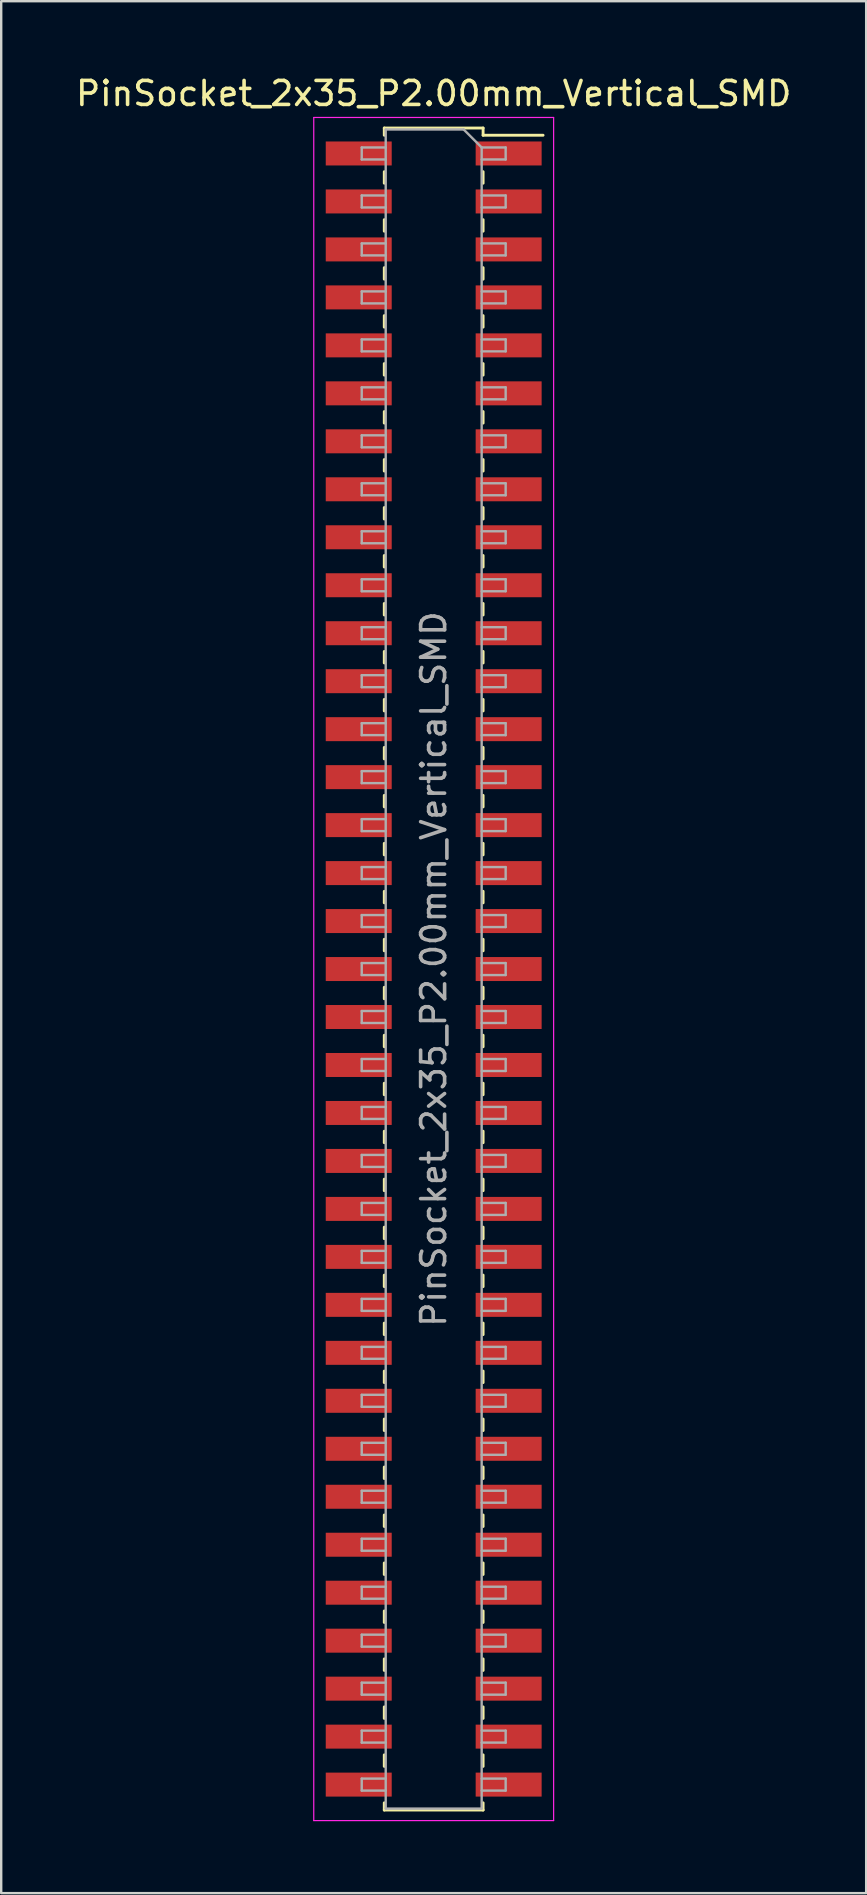
<source format=kicad_pcb>
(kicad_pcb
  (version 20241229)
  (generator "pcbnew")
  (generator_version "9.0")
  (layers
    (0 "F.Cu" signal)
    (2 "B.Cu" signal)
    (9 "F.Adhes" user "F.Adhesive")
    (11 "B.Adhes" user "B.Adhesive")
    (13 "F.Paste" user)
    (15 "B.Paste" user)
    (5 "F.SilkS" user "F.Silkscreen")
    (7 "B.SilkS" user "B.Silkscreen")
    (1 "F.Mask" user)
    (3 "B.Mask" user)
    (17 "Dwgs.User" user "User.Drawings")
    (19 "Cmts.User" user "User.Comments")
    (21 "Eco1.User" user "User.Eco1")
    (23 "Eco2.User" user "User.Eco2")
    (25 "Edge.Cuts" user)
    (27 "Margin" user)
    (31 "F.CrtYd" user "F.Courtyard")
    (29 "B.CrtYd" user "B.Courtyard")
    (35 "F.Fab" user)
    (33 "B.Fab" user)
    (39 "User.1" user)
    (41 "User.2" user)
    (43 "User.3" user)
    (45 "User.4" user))
  (footprint "PinSocket_2x35_P2.00mm_Vertical_SMD"
    (layer "F.Cu")
    (at 15.03 37.348)
    (property "Reference" "PinSocket_2x35_P2.00mm_Vertical_SMD" (at 0 -36.5 0) (layer "F.SilkS") (effects (font (size 1 1) (thickness 0.15))))
    (attr smd)
    (fp_line (start -2.06 -35.06) (end 2.06 -35.06) (stroke (width 0.12) (type solid)) (layer "F.SilkS"))
    (fp_line (start -2.06 -34.76) (end -2.06 -35.06) (stroke (width 0.12) (type solid)) (layer "F.SilkS"))
    (fp_line (start -2.06 -33.24) (end -2.06 -32.76) (stroke (width 0.12) (type solid)) (layer "F.SilkS"))
    (fp_line (start -2.06 -31.24) (end -2.06 -30.76) (stroke (width 0.12) (type solid)) (layer "F.SilkS"))
    (fp_line (start -2.06 -29.24) (end -2.06 -28.76) (stroke (width 0.12) (type solid)) (layer "F.SilkS"))
    (fp_line (start -2.06 -27.24) (end -2.06 -26.76) (stroke (width 0.12) (type solid)) (layer "F.SilkS"))
    (fp_line (start -2.06 -25.24) (end -2.06 -24.76) (stroke (width 0.12) (type solid)) (layer "F.SilkS"))
    (fp_line (start -2.06 -23.24) (end -2.06 -22.76) (stroke (width 0.12) (type solid)) (layer "F.SilkS"))
    (fp_line (start -2.06 -21.24) (end -2.06 -20.76) (stroke (width 0.12) (type solid)) (layer "F.SilkS"))
    (fp_line (start -2.06 -19.24) (end -2.06 -18.76) (stroke (width 0.12) (type solid)) (layer "F.SilkS"))
    (fp_line (start -2.06 -17.24) (end -2.06 -16.76) (stroke (width 0.12) (type solid)) (layer "F.SilkS"))
    (fp_line (start -2.06 -15.24) (end -2.06 -14.76) (stroke (width 0.12) (type solid)) (layer "F.SilkS"))
    (fp_line (start -2.06 -13.24) (end -2.06 -12.76) (stroke (width 0.12) (type solid)) (layer "F.SilkS"))
    (fp_line (start -2.06 -11.24) (end -2.06 -10.76) (stroke (width 0.12) (type solid)) (layer "F.SilkS"))
    (fp_line (start -2.06 -9.24) (end -2.06 -8.76) (stroke (width 0.12) (type solid)) (layer "F.SilkS"))
    (fp_line (start -2.06 -7.24) (end -2.06 -6.76) (stroke (width 0.12) (type solid)) (layer "F.SilkS"))
    (fp_line (start -2.06 -5.24) (end -2.06 -4.76) (stroke (width 0.12) (type solid)) (layer "F.SilkS"))
    (fp_line (start -2.06 -3.24) (end -2.06 -2.76) (stroke (width 0.12) (type solid)) (layer "F.SilkS"))
    (fp_line (start -2.06 -1.24) (end -2.06 -0.76) (stroke (width 0.12) (type solid)) (layer "F.SilkS"))
    (fp_line (start -2.06 0.76) (end -2.06 1.24) (stroke (width 0.12) (type solid)) (layer "F.SilkS"))
    (fp_line (start -2.06 2.76) (end -2.06 3.24) (stroke (width 0.12) (type solid)) (layer "F.SilkS"))
    (fp_line (start -2.06 4.76) (end -2.06 5.24) (stroke (width 0.12) (type solid)) (layer "F.SilkS"))
    (fp_line (start -2.06 6.76) (end -2.06 7.24) (stroke (width 0.12) (type solid)) (layer "F.SilkS"))
    (fp_line (start -2.06 8.76) (end -2.06 9.24) (stroke (width 0.12) (type solid)) (layer "F.SilkS"))
    (fp_line (start -2.06 10.76) (end -2.06 11.24) (stroke (width 0.12) (type solid)) (layer "F.SilkS"))
    (fp_line (start -2.06 12.76) (end -2.06 13.24) (stroke (width 0.12) (type solid)) (layer "F.SilkS"))
    (fp_line (start -2.06 14.76) (end -2.06 15.24) (stroke (width 0.12) (type solid)) (layer "F.SilkS"))
    (fp_line (start -2.06 16.76) (end -2.06 17.24) (stroke (width 0.12) (type solid)) (layer "F.SilkS"))
    (fp_line (start -2.06 18.76) (end -2.06 19.24) (stroke (width 0.12) (type solid)) (layer "F.SilkS"))
    (fp_line (start -2.06 20.76) (end -2.06 21.24) (stroke (width 0.12) (type solid)) (layer "F.SilkS"))
    (fp_line (start -2.06 22.76) (end -2.06 23.24) (stroke (width 0.12) (type solid)) (layer "F.SilkS"))
    (fp_line (start -2.06 24.76) (end -2.06 25.24) (stroke (width 0.12) (type solid)) (layer "F.SilkS"))
    (fp_line (start -2.06 26.76) (end -2.06 27.24) (stroke (width 0.12) (type solid)) (layer "F.SilkS"))
    (fp_line (start -2.06 28.76) (end -2.06 29.24) (stroke (width 0.12) (type solid)) (layer "F.SilkS"))
    (fp_line (start -2.06 30.76) (end -2.06 31.24) (stroke (width 0.12) (type solid)) (layer "F.SilkS"))
    (fp_line (start -2.06 32.76) (end -2.06 33.24) (stroke (width 0.12) (type solid)) (layer "F.SilkS"))
    (fp_line (start -2.06 35.06) (end -2.06 34.76) (stroke (width 0.12) (type solid)) (layer "F.SilkS"))
    (fp_line (start 2.06 -35.06) (end 2.06 -34.76) (stroke (width 0.12) (type solid)) (layer "F.SilkS"))
    (fp_line (start 2.06 -34.76) (end 4.56 -34.76) (stroke (width 0.12) (type solid)) (layer "F.SilkS"))
    (fp_line (start 2.06 -32.76) (end 2.06 -33.24) (stroke (width 0.12) (type solid)) (layer "F.SilkS"))
    (fp_line (start 2.06 -30.76) (end 2.06 -31.24) (stroke (width 0.12) (type solid)) (layer "F.SilkS"))
    (fp_line (start 2.06 -28.76) (end 2.06 -29.24) (stroke (width 0.12) (type solid)) (layer "F.SilkS"))
    (fp_line (start 2.06 -26.76) (end 2.06 -27.24) (stroke (width 0.12) (type solid)) (layer "F.SilkS"))
    (fp_line (start 2.06 -24.76) (end 2.06 -25.24) (stroke (width 0.12) (type solid)) (layer "F.SilkS"))
    (fp_line (start 2.06 -22.76) (end 2.06 -23.24) (stroke (width 0.12) (type solid)) (layer "F.SilkS"))
    (fp_line (start 2.06 -20.76) (end 2.06 -21.24) (stroke (width 0.12) (type solid)) (layer "F.SilkS"))
    (fp_line (start 2.06 -18.76) (end 2.06 -19.24) (stroke (width 0.12) (type solid)) (layer "F.SilkS"))
    (fp_line (start 2.06 -16.76) (end 2.06 -17.24) (stroke (width 0.12) (type solid)) (layer "F.SilkS"))
    (fp_line (start 2.06 -14.76) (end 2.06 -15.24) (stroke (width 0.12) (type solid)) (layer "F.SilkS"))
    (fp_line (start 2.06 -12.76) (end 2.06 -13.24) (stroke (width 0.12) (type solid)) (layer "F.SilkS"))
    (fp_line (start 2.06 -10.76) (end 2.06 -11.24) (stroke (width 0.12) (type solid)) (layer "F.SilkS"))
    (fp_line (start 2.06 -8.76) (end 2.06 -9.24) (stroke (width 0.12) (type solid)) (layer "F.SilkS"))
    (fp_line (start 2.06 -6.76) (end 2.06 -7.24) (stroke (width 0.12) (type solid)) (layer "F.SilkS"))
    (fp_line (start 2.06 -4.76) (end 2.06 -5.24) (stroke (width 0.12) (type solid)) (layer "F.SilkS"))
    (fp_line (start 2.06 -2.76) (end 2.06 -3.24) (stroke (width 0.12) (type solid)) (layer "F.SilkS"))
    (fp_line (start 2.06 -0.76) (end 2.06 -1.24) (stroke (width 0.12) (type solid)) (layer "F.SilkS"))
    (fp_line (start 2.06 1.24) (end 2.06 0.76) (stroke (width 0.12) (type solid)) (layer "F.SilkS"))
    (fp_line (start 2.06 3.24) (end 2.06 2.76) (stroke (width 0.12) (type solid)) (layer "F.SilkS"))
    (fp_line (start 2.06 5.24) (end 2.06 4.76) (stroke (width 0.12) (type solid)) (layer "F.SilkS"))
    (fp_line (start 2.06 7.24) (end 2.06 6.76) (stroke (width 0.12) (type solid)) (layer "F.SilkS"))
    (fp_line (start 2.06 9.24) (end 2.06 8.76) (stroke (width 0.12) (type solid)) (layer "F.SilkS"))
    (fp_line (start 2.06 11.24) (end 2.06 10.76) (stroke (width 0.12) (type solid)) (layer "F.SilkS"))
    (fp_line (start 2.06 13.24) (end 2.06 12.76) (stroke (width 0.12) (type solid)) (layer "F.SilkS"))
    (fp_line (start 2.06 15.24) (end 2.06 14.76) (stroke (width 0.12) (type solid)) (layer "F.SilkS"))
    (fp_line (start 2.06 17.24) (end 2.06 16.76) (stroke (width 0.12) (type solid)) (layer "F.SilkS"))
    (fp_line (start 2.06 19.24) (end 2.06 18.76) (stroke (width 0.12) (type solid)) (layer "F.SilkS"))
    (fp_line (start 2.06 21.24) (end 2.06 20.76) (stroke (width 0.12) (type solid)) (layer "F.SilkS"))
    (fp_line (start 2.06 23.24) (end 2.06 22.76) (stroke (width 0.12) (type solid)) (layer "F.SilkS"))
    (fp_line (start 2.06 25.24) (end 2.06 24.76) (stroke (width 0.12) (type solid)) (layer "F.SilkS"))
    (fp_line (start 2.06 27.24) (end 2.06 26.76) (stroke (width 0.12) (type solid)) (layer "F.SilkS"))
    (fp_line (start 2.06 29.24) (end 2.06 28.76) (stroke (width 0.12) (type solid)) (layer "F.SilkS"))
    (fp_line (start 2.06 31.24) (end 2.06 30.76) (stroke (width 0.12) (type solid)) (layer "F.SilkS"))
    (fp_line (start 2.06 33.24) (end 2.06 32.76) (stroke (width 0.12) (type solid)) (layer "F.SilkS"))
    (fp_line (start 2.06 34.76) (end 2.06 35.06) (stroke (width 0.12) (type solid)) (layer "F.SilkS"))
    (fp_line (start 2.06 35.06) (end -2.06 35.06) (stroke (width 0.12) (type solid)) (layer "F.SilkS"))
    (fp_line (start -5 -35.5) (end 5 -35.5) (stroke (width 0.05) (type solid)) (layer "F.CrtYd"))
    (fp_line (start -5 35.5) (end -5 -35.5) (stroke (width 0.05) (type solid)) (layer "F.CrtYd"))
    (fp_line (start 5 -35.5) (end 5 35.5) (stroke (width 0.05) (type solid)) (layer "F.CrtYd"))
    (fp_line (start 5 35.5) (end -5 35.5) (stroke (width 0.05) (type solid)) (layer "F.CrtYd"))
    (fp_line (start -3 -34.25) (end -2 -34.25) (stroke (width 0.1) (type solid)) (layer "F.Fab"))
    (fp_line (start -3 -33.75) (end -3 -34.25) (stroke (width 0.1) (type solid)) (layer "F.Fab"))
    (fp_line (start -3 -32.25) (end -2 -32.25) (stroke (width 0.1) (type solid)) (layer "F.Fab"))
    (fp_line (start -3 -31.75) (end -3 -32.25) (stroke (width 0.1) (type solid)) (layer "F.Fab"))
    (fp_line (start -3 -30.25) (end -2 -30.25) (stroke (width 0.1) (type solid)) (layer "F.Fab"))
    (fp_line (start -3 -29.75) (end -3 -30.25) (stroke (width 0.1) (type solid)) (layer "F.Fab"))
    (fp_line (start -3 -28.25) (end -2 -28.25) (stroke (width 0.1) (type solid)) (layer "F.Fab"))
    (fp_line (start -3 -27.75) (end -3 -28.25) (stroke (width 0.1) (type solid)) (layer "F.Fab"))
    (fp_line (start -3 -26.25) (end -2 -26.25) (stroke (width 0.1) (type solid)) (layer "F.Fab"))
    (fp_line (start -3 -25.75) (end -3 -26.25) (stroke (width 0.1) (type solid)) (layer "F.Fab"))
    (fp_line (start -3 -24.25) (end -2 -24.25) (stroke (width 0.1) (type solid)) (layer "F.Fab"))
    (fp_line (start -3 -23.75) (end -3 -24.25) (stroke (width 0.1) (type solid)) (layer "F.Fab"))
    (fp_line (start -3 -22.25) (end -2 -22.25) (stroke (width 0.1) (type solid)) (layer "F.Fab"))
    (fp_line (start -3 -21.75) (end -3 -22.25) (stroke (width 0.1) (type solid)) (layer "F.Fab"))
    (fp_line (start -3 -20.25) (end -2 -20.25) (stroke (width 0.1) (type solid)) (layer "F.Fab"))
    (fp_line (start -3 -19.75) (end -3 -20.25) (stroke (width 0.1) (type solid)) (layer "F.Fab"))
    (fp_line (start -3 -18.25) (end -2 -18.25) (stroke (width 0.1) (type solid)) (layer "F.Fab"))
    (fp_line (start -3 -17.75) (end -3 -18.25) (stroke (width 0.1) (type solid)) (layer "F.Fab"))
    (fp_line (start -3 -16.25) (end -2 -16.25) (stroke (width 0.1) (type solid)) (layer "F.Fab"))
    (fp_line (start -3 -15.75) (end -3 -16.25) (stroke (width 0.1) (type solid)) (layer "F.Fab"))
    (fp_line (start -3 -14.25) (end -2 -14.25) (stroke (width 0.1) (type solid)) (layer "F.Fab"))
    (fp_line (start -3 -13.75) (end -3 -14.25) (stroke (width 0.1) (type solid)) (layer "F.Fab"))
    (fp_line (start -3 -12.25) (end -2 -12.25) (stroke (width 0.1) (type solid)) (layer "F.Fab"))
    (fp_line (start -3 -11.75) (end -3 -12.25) (stroke (width 0.1) (type solid)) (layer "F.Fab"))
    (fp_line (start -3 -10.25) (end -2 -10.25) (stroke (width 0.1) (type solid)) (layer "F.Fab"))
    (fp_line (start -3 -9.75) (end -3 -10.25) (stroke (width 0.1) (type solid)) (layer "F.Fab"))
    (fp_line (start -3 -8.25) (end -2 -8.25) (stroke (width 0.1) (type solid)) (layer "F.Fab"))
    (fp_line (start -3 -7.75) (end -3 -8.25) (stroke (width 0.1) (type solid)) (layer "F.Fab"))
    (fp_line (start -3 -6.25) (end -2 -6.25) (stroke (width 0.1) (type solid)) (layer "F.Fab"))
    (fp_line (start -3 -5.75) (end -3 -6.25) (stroke (width 0.1) (type solid)) (layer "F.Fab"))
    (fp_line (start -3 -4.25) (end -2 -4.25) (stroke (width 0.1) (type solid)) (layer "F.Fab"))
    (fp_line (start -3 -3.75) (end -3 -4.25) (stroke (width 0.1) (type solid)) (layer "F.Fab"))
    (fp_line (start -3 -2.25) (end -2 -2.25) (stroke (width 0.1) (type solid)) (layer "F.Fab"))
    (fp_line (start -3 -1.75) (end -3 -2.25) (stroke (width 0.1) (type solid)) (layer "F.Fab"))
    (fp_line (start -3 -0.25) (end -2 -0.25) (stroke (width 0.1) (type solid)) (layer "F.Fab"))
    (fp_line (start -3 0.25) (end -3 -0.25) (stroke (width 0.1) (type solid)) (layer "F.Fab"))
    (fp_line (start -3 1.75) (end -2 1.75) (stroke (width 0.1) (type solid)) (layer "F.Fab"))
    (fp_line (start -3 2.25) (end -3 1.75) (stroke (width 0.1) (type solid)) (layer "F.Fab"))
    (fp_line (start -3 3.75) (end -2 3.75) (stroke (width 0.1) (type solid)) (layer "F.Fab"))
    (fp_line (start -3 4.25) (end -3 3.75) (stroke (width 0.1) (type solid)) (layer "F.Fab"))
    (fp_line (start -3 5.75) (end -2 5.75) (stroke (width 0.1) (type solid)) (layer "F.Fab"))
    (fp_line (start -3 6.25) (end -3 5.75) (stroke (width 0.1) (type solid)) (layer "F.Fab"))
    (fp_line (start -3 7.75) (end -2 7.75) (stroke (width 0.1) (type solid)) (layer "F.Fab"))
    (fp_line (start -3 8.25) (end -3 7.75) (stroke (width 0.1) (type solid)) (layer "F.Fab"))
    (fp_line (start -3 9.75) (end -2 9.75) (stroke (width 0.1) (type solid)) (layer "F.Fab"))
    (fp_line (start -3 10.25) (end -3 9.75) (stroke (width 0.1) (type solid)) (layer "F.Fab"))
    (fp_line (start -3 11.75) (end -2 11.75) (stroke (width 0.1) (type solid)) (layer "F.Fab"))
    (fp_line (start -3 12.25) (end -3 11.75) (stroke (width 0.1) (type solid)) (layer "F.Fab"))
    (fp_line (start -3 13.75) (end -2 13.75) (stroke (width 0.1) (type solid)) (layer "F.Fab"))
    (fp_line (start -3 14.25) (end -3 13.75) (stroke (width 0.1) (type solid)) (layer "F.Fab"))
    (fp_line (start -3 15.75) (end -2 15.75) (stroke (width 0.1) (type solid)) (layer "F.Fab"))
    (fp_line (start -3 16.25) (end -3 15.75) (stroke (width 0.1) (type solid)) (layer "F.Fab"))
    (fp_line (start -3 17.75) (end -2 17.75) (stroke (width 0.1) (type solid)) (layer "F.Fab"))
    (fp_line (start -3 18.25) (end -3 17.75) (stroke (width 0.1) (type solid)) (layer "F.Fab"))
    (fp_line (start -3 19.75) (end -2 19.75) (stroke (width 0.1) (type solid)) (layer "F.Fab"))
    (fp_line (start -3 20.25) (end -3 19.75) (stroke (width 0.1) (type solid)) (layer "F.Fab"))
    (fp_line (start -3 21.75) (end -2 21.75) (stroke (width 0.1) (type solid)) (layer "F.Fab"))
    (fp_line (start -3 22.25) (end -3 21.75) (stroke (width 0.1) (type solid)) (layer "F.Fab"))
    (fp_line (start -3 23.75) (end -2 23.75) (stroke (width 0.1) (type solid)) (layer "F.Fab"))
    (fp_line (start -3 24.25) (end -3 23.75) (stroke (width 0.1) (type solid)) (layer "F.Fab"))
    (fp_line (start -3 25.75) (end -2 25.75) (stroke (width 0.1) (type solid)) (layer "F.Fab"))
    (fp_line (start -3 26.25) (end -3 25.75) (stroke (width 0.1) (type solid)) (layer "F.Fab"))
    (fp_line (start -3 27.75) (end -2 27.75) (stroke (width 0.1) (type solid)) (layer "F.Fab"))
    (fp_line (start -3 28.25) (end -3 27.75) (stroke (width 0.1) (type solid)) (layer "F.Fab"))
    (fp_line (start -3 29.75) (end -2 29.75) (stroke (width 0.1) (type solid)) (layer "F.Fab"))
    (fp_line (start -3 30.25) (end -3 29.75) (stroke (width 0.1) (type solid)) (layer "F.Fab"))
    (fp_line (start -3 31.75) (end -2 31.75) (stroke (width 0.1) (type solid)) (layer "F.Fab"))
    (fp_line (start -3 32.25) (end -3 31.75) (stroke (width 0.1) (type solid)) (layer "F.Fab"))
    (fp_line (start -3 33.75) (end -2 33.75) (stroke (width 0.1) (type solid)) (layer "F.Fab"))
    (fp_line (start -3 34.25) (end -3 33.75) (stroke (width 0.1) (type solid)) (layer "F.Fab"))
    (fp_line (start -2 -35) (end 1.25 -35) (stroke (width 0.1) (type solid)) (layer "F.Fab"))
    (fp_line (start -2 -33.75) (end -3 -33.75) (stroke (width 0.1) (type solid)) (layer "F.Fab"))
    (fp_line (start -2 -31.75) (end -3 -31.75) (stroke (width 0.1) (type solid)) (layer "F.Fab"))
    (fp_line (start -2 -29.75) (end -3 -29.75) (stroke (width 0.1) (type solid)) (layer "F.Fab"))
    (fp_line (start -2 -27.75) (end -3 -27.75) (stroke (width 0.1) (type solid)) (layer "F.Fab"))
    (fp_line (start -2 -25.75) (end -3 -25.75) (stroke (width 0.1) (type solid)) (layer "F.Fab"))
    (fp_line (start -2 -23.75) (end -3 -23.75) (stroke (width 0.1) (type solid)) (layer "F.Fab"))
    (fp_line (start -2 -21.75) (end -3 -21.75) (stroke (width 0.1) (type solid)) (layer "F.Fab"))
    (fp_line (start -2 -19.75) (end -3 -19.75) (stroke (width 0.1) (type solid)) (layer "F.Fab"))
    (fp_line (start -2 -17.75) (end -3 -17.75) (stroke (width 0.1) (type solid)) (layer "F.Fab"))
    (fp_line (start -2 -15.75) (end -3 -15.75) (stroke (width 0.1) (type solid)) (layer "F.Fab"))
    (fp_line (start -2 -13.75) (end -3 -13.75) (stroke (width 0.1) (type solid)) (layer "F.Fab"))
    (fp_line (start -2 -11.75) (end -3 -11.75) (stroke (width 0.1) (type solid)) (layer "F.Fab"))
    (fp_line (start -2 -9.75) (end -3 -9.75) (stroke (width 0.1) (type solid)) (layer "F.Fab"))
    (fp_line (start -2 -7.75) (end -3 -7.75) (stroke (width 0.1) (type solid)) (layer "F.Fab"))
    (fp_line (start -2 -5.75) (end -3 -5.75) (stroke (width 0.1) (type solid)) (layer "F.Fab"))
    (fp_line (start -2 -3.75) (end -3 -3.75) (stroke (width 0.1) (type solid)) (layer "F.Fab"))
    (fp_line (start -2 -1.75) (end -3 -1.75) (stroke (width 0.1) (type solid)) (layer "F.Fab"))
    (fp_line (start -2 0.25) (end -3 0.25) (stroke (width 0.1) (type solid)) (layer "F.Fab"))
    (fp_line (start -2 2.25) (end -3 2.25) (stroke (width 0.1) (type solid)) (layer "F.Fab"))
    (fp_line (start -2 4.25) (end -3 4.25) (stroke (width 0.1) (type solid)) (layer "F.Fab"))
    (fp_line (start -2 6.25) (end -3 6.25) (stroke (width 0.1) (type solid)) (layer "F.Fab"))
    (fp_line (start -2 8.25) (end -3 8.25) (stroke (width 0.1) (type solid)) (layer "F.Fab"))
    (fp_line (start -2 10.25) (end -3 10.25) (stroke (width 0.1) (type solid)) (layer "F.Fab"))
    (fp_line (start -2 12.25) (end -3 12.25) (stroke (width 0.1) (type solid)) (layer "F.Fab"))
    (fp_line (start -2 14.25) (end -3 14.25) (stroke (width 0.1) (type solid)) (layer "F.Fab"))
    (fp_line (start -2 16.25) (end -3 16.25) (stroke (width 0.1) (type solid)) (layer "F.Fab"))
    (fp_line (start -2 18.25) (end -3 18.25) (stroke (width 0.1) (type solid)) (layer "F.Fab"))
    (fp_line (start -2 20.25) (end -3 20.25) (stroke (width 0.1) (type solid)) (layer "F.Fab"))
    (fp_line (start -2 22.25) (end -3 22.25) (stroke (width 0.1) (type solid)) (layer "F.Fab"))
    (fp_line (start -2 24.25) (end -3 24.25) (stroke (width 0.1) (type solid)) (layer "F.Fab"))
    (fp_line (start -2 26.25) (end -3 26.25) (stroke (width 0.1) (type solid)) (layer "F.Fab"))
    (fp_line (start -2 28.25) (end -3 28.25) (stroke (width 0.1) (type solid)) (layer "F.Fab"))
    (fp_line (start -2 30.25) (end -3 30.25) (stroke (width 0.1) (type solid)) (layer "F.Fab"))
    (fp_line (start -2 32.25) (end -3 32.25) (stroke (width 0.1) (type solid)) (layer "F.Fab"))
    (fp_line (start -2 34.25) (end -3 34.25) (stroke (width 0.1) (type solid)) (layer "F.Fab"))
    (fp_line (start -2 35) (end -2 -35) (stroke (width 0.1) (type solid)) (layer "F.Fab"))
    (fp_line (start 1.25 -35) (end 2 -34.25) (stroke (width 0.1) (type solid)) (layer "F.Fab"))
    (fp_line (start 2 -34.25) (end 2 35) (stroke (width 0.1) (type solid)) (layer "F.Fab"))
    (fp_line (start 2 -34.25) (end 3 -34.25) (stroke (width 0.1) (type solid)) (layer "F.Fab"))
    (fp_line (start 2 -32.25) (end 3 -32.25) (stroke (width 0.1) (type solid)) (layer "F.Fab"))
    (fp_line (start 2 -30.25) (end 3 -30.25) (stroke (width 0.1) (type solid)) (layer "F.Fab"))
    (fp_line (start 2 -28.25) (end 3 -28.25) (stroke (width 0.1) (type solid)) (layer "F.Fab"))
    (fp_line (start 2 -26.25) (end 3 -26.25) (stroke (width 0.1) (type solid)) (layer "F.Fab"))
    (fp_line (start 2 -24.25) (end 3 -24.25) (stroke (width 0.1) (type solid)) (layer "F.Fab"))
    (fp_line (start 2 -22.25) (end 3 -22.25) (stroke (width 0.1) (type solid)) (layer "F.Fab"))
    (fp_line (start 2 -20.25) (end 3 -20.25) (stroke (width 0.1) (type solid)) (layer "F.Fab"))
    (fp_line (start 2 -18.25) (end 3 -18.25) (stroke (width 0.1) (type solid)) (layer "F.Fab"))
    (fp_line (start 2 -16.25) (end 3 -16.25) (stroke (width 0.1) (type solid)) (layer "F.Fab"))
    (fp_line (start 2 -14.25) (end 3 -14.25) (stroke (width 0.1) (type solid)) (layer "F.Fab"))
    (fp_line (start 2 -12.25) (end 3 -12.25) (stroke (width 0.1) (type solid)) (layer "F.Fab"))
    (fp_line (start 2 -10.25) (end 3 -10.25) (stroke (width 0.1) (type solid)) (layer "F.Fab"))
    (fp_line (start 2 -8.25) (end 3 -8.25) (stroke (width 0.1) (type solid)) (layer "F.Fab"))
    (fp_line (start 2 -6.25) (end 3 -6.25) (stroke (width 0.1) (type solid)) (layer "F.Fab"))
    (fp_line (start 2 -4.25) (end 3 -4.25) (stroke (width 0.1) (type solid)) (layer "F.Fab"))
    (fp_line (start 2 -2.25) (end 3 -2.25) (stroke (width 0.1) (type solid)) (layer "F.Fab"))
    (fp_line (start 2 -0.25) (end 3 -0.25) (stroke (width 0.1) (type solid)) (layer "F.Fab"))
    (fp_line (start 2 1.75) (end 3 1.75) (stroke (width 0.1) (type solid)) (layer "F.Fab"))
    (fp_line (start 2 3.75) (end 3 3.75) (stroke (width 0.1) (type solid)) (layer "F.Fab"))
    (fp_line (start 2 5.75) (end 3 5.75) (stroke (width 0.1) (type solid)) (layer "F.Fab"))
    (fp_line (start 2 7.75) (end 3 7.75) (stroke (width 0.1) (type solid)) (layer "F.Fab"))
    (fp_line (start 2 9.75) (end 3 9.75) (stroke (width 0.1) (type solid)) (layer "F.Fab"))
    (fp_line (start 2 11.75) (end 3 11.75) (stroke (width 0.1) (type solid)) (layer "F.Fab"))
    (fp_line (start 2 13.75) (end 3 13.75) (stroke (width 0.1) (type solid)) (layer "F.Fab"))
    (fp_line (start 2 15.75) (end 3 15.75) (stroke (width 0.1) (type solid)) (layer "F.Fab"))
    (fp_line (start 2 17.75) (end 3 17.75) (stroke (width 0.1) (type solid)) (layer "F.Fab"))
    (fp_line (start 2 19.75) (end 3 19.75) (stroke (width 0.1) (type solid)) (layer "F.Fab"))
    (fp_line (start 2 21.75) (end 3 21.75) (stroke (width 0.1) (type solid)) (layer "F.Fab"))
    (fp_line (start 2 23.75) (end 3 23.75) (stroke (width 0.1) (type solid)) (layer "F.Fab"))
    (fp_line (start 2 25.75) (end 3 25.75) (stroke (width 0.1) (type solid)) (layer "F.Fab"))
    (fp_line (start 2 27.75) (end 3 27.75) (stroke (width 0.1) (type solid)) (layer "F.Fab"))
    (fp_line (start 2 29.75) (end 3 29.75) (stroke (width 0.1) (type solid)) (layer "F.Fab"))
    (fp_line (start 2 31.75) (end 3 31.75) (stroke (width 0.1) (type solid)) (layer "F.Fab"))
    (fp_line (start 2 33.75) (end 3 33.75) (stroke (width 0.1) (type solid)) (layer "F.Fab"))
    (fp_line (start 2 35) (end -2 35) (stroke (width 0.1) (type solid)) (layer "F.Fab"))
    (fp_line (start 3 -34.25) (end 3 -33.75) (stroke (width 0.1) (type solid)) (layer "F.Fab"))
    (fp_line (start 3 -33.75) (end 2 -33.75) (stroke (width 0.1) (type solid)) (layer "F.Fab"))
    (fp_line (start 3 -32.25) (end 3 -31.75) (stroke (width 0.1) (type solid)) (layer "F.Fab"))
    (fp_line (start 3 -31.75) (end 2 -31.75) (stroke (width 0.1) (type solid)) (layer "F.Fab"))
    (fp_line (start 3 -30.25) (end 3 -29.75) (stroke (width 0.1) (type solid)) (layer "F.Fab"))
    (fp_line (start 3 -29.75) (end 2 -29.75) (stroke (width 0.1) (type solid)) (layer "F.Fab"))
    (fp_line (start 3 -28.25) (end 3 -27.75) (stroke (width 0.1) (type solid)) (layer "F.Fab"))
    (fp_line (start 3 -27.75) (end 2 -27.75) (stroke (width 0.1) (type solid)) (layer "F.Fab"))
    (fp_line (start 3 -26.25) (end 3 -25.75) (stroke (width 0.1) (type solid)) (layer "F.Fab"))
    (fp_line (start 3 -25.75) (end 2 -25.75) (stroke (width 0.1) (type solid)) (layer "F.Fab"))
    (fp_line (start 3 -24.25) (end 3 -23.75) (stroke (width 0.1) (type solid)) (layer "F.Fab"))
    (fp_line (start 3 -23.75) (end 2 -23.75) (stroke (width 0.1) (type solid)) (layer "F.Fab"))
    (fp_line (start 3 -22.25) (end 3 -21.75) (stroke (width 0.1) (type solid)) (layer "F.Fab"))
    (fp_line (start 3 -21.75) (end 2 -21.75) (stroke (width 0.1) (type solid)) (layer "F.Fab"))
    (fp_line (start 3 -20.25) (end 3 -19.75) (stroke (width 0.1) (type solid)) (layer "F.Fab"))
    (fp_line (start 3 -19.75) (end 2 -19.75) (stroke (width 0.1) (type solid)) (layer "F.Fab"))
    (fp_line (start 3 -18.25) (end 3 -17.75) (stroke (width 0.1) (type solid)) (layer "F.Fab"))
    (fp_line (start 3 -17.75) (end 2 -17.75) (stroke (width 0.1) (type solid)) (layer "F.Fab"))
    (fp_line (start 3 -16.25) (end 3 -15.75) (stroke (width 0.1) (type solid)) (layer "F.Fab"))
    (fp_line (start 3 -15.75) (end 2 -15.75) (stroke (width 0.1) (type solid)) (layer "F.Fab"))
    (fp_line (start 3 -14.25) (end 3 -13.75) (stroke (width 0.1) (type solid)) (layer "F.Fab"))
    (fp_line (start 3 -13.75) (end 2 -13.75) (stroke (width 0.1) (type solid)) (layer "F.Fab"))
    (fp_line (start 3 -12.25) (end 3 -11.75) (stroke (width 0.1) (type solid)) (layer "F.Fab"))
    (fp_line (start 3 -11.75) (end 2 -11.75) (stroke (width 0.1) (type solid)) (layer "F.Fab"))
    (fp_line (start 3 -10.25) (end 3 -9.75) (stroke (width 0.1) (type solid)) (layer "F.Fab"))
    (fp_line (start 3 -9.75) (end 2 -9.75) (stroke (width 0.1) (type solid)) (layer "F.Fab"))
    (fp_line (start 3 -8.25) (end 3 -7.75) (stroke (width 0.1) (type solid)) (layer "F.Fab"))
    (fp_line (start 3 -7.75) (end 2 -7.75) (stroke (width 0.1) (type solid)) (layer "F.Fab"))
    (fp_line (start 3 -6.25) (end 3 -5.75) (stroke (width 0.1) (type solid)) (layer "F.Fab"))
    (fp_line (start 3 -5.75) (end 2 -5.75) (stroke (width 0.1) (type solid)) (layer "F.Fab"))
    (fp_line (start 3 -4.25) (end 3 -3.75) (stroke (width 0.1) (type solid)) (layer "F.Fab"))
    (fp_line (start 3 -3.75) (end 2 -3.75) (stroke (width 0.1) (type solid)) (layer "F.Fab"))
    (fp_line (start 3 -2.25) (end 3 -1.75) (stroke (width 0.1) (type solid)) (layer "F.Fab"))
    (fp_line (start 3 -1.75) (end 2 -1.75) (stroke (width 0.1) (type solid)) (layer "F.Fab"))
    (fp_line (start 3 -0.25) (end 3 0.25) (stroke (width 0.1) (type solid)) (layer "F.Fab"))
    (fp_line (start 3 0.25) (end 2 0.25) (stroke (width 0.1) (type solid)) (layer "F.Fab"))
    (fp_line (start 3 1.75) (end 3 2.25) (stroke (width 0.1) (type solid)) (layer "F.Fab"))
    (fp_line (start 3 2.25) (end 2 2.25) (stroke (width 0.1) (type solid)) (layer "F.Fab"))
    (fp_line (start 3 3.75) (end 3 4.25) (stroke (width 0.1) (type solid)) (layer "F.Fab"))
    (fp_line (start 3 4.25) (end 2 4.25) (stroke (width 0.1) (type solid)) (layer "F.Fab"))
    (fp_line (start 3 5.75) (end 3 6.25) (stroke (width 0.1) (type solid)) (layer "F.Fab"))
    (fp_line (start 3 6.25) (end 2 6.25) (stroke (width 0.1) (type solid)) (layer "F.Fab"))
    (fp_line (start 3 7.75) (end 3 8.25) (stroke (width 0.1) (type solid)) (layer "F.Fab"))
    (fp_line (start 3 8.25) (end 2 8.25) (stroke (width 0.1) (type solid)) (layer "F.Fab"))
    (fp_line (start 3 9.75) (end 3 10.25) (stroke (width 0.1) (type solid)) (layer "F.Fab"))
    (fp_line (start 3 10.25) (end 2 10.25) (stroke (width 0.1) (type solid)) (layer "F.Fab"))
    (fp_line (start 3 11.75) (end 3 12.25) (stroke (width 0.1) (type solid)) (layer "F.Fab"))
    (fp_line (start 3 12.25) (end 2 12.25) (stroke (width 0.1) (type solid)) (layer "F.Fab"))
    (fp_line (start 3 13.75) (end 3 14.25) (stroke (width 0.1) (type solid)) (layer "F.Fab"))
    (fp_line (start 3 14.25) (end 2 14.25) (stroke (width 0.1) (type solid)) (layer "F.Fab"))
    (fp_line (start 3 15.75) (end 3 16.25) (stroke (width 0.1) (type solid)) (layer "F.Fab"))
    (fp_line (start 3 16.25) (end 2 16.25) (stroke (width 0.1) (type solid)) (layer "F.Fab"))
    (fp_line (start 3 17.75) (end 3 18.25) (stroke (width 0.1) (type solid)) (layer "F.Fab"))
    (fp_line (start 3 18.25) (end 2 18.25) (stroke (width 0.1) (type solid)) (layer "F.Fab"))
    (fp_line (start 3 19.75) (end 3 20.25) (stroke (width 0.1) (type solid)) (layer "F.Fab"))
    (fp_line (start 3 20.25) (end 2 20.25) (stroke (width 0.1) (type solid)) (layer "F.Fab"))
    (fp_line (start 3 21.75) (end 3 22.25) (stroke (width 0.1) (type solid)) (layer "F.Fab"))
    (fp_line (start 3 22.25) (end 2 22.25) (stroke (width 0.1) (type solid)) (layer "F.Fab"))
    (fp_line (start 3 23.75) (end 3 24.25) (stroke (width 0.1) (type solid)) (layer "F.Fab"))
    (fp_line (start 3 24.25) (end 2 24.25) (stroke (width 0.1) (type solid)) (layer "F.Fab"))
    (fp_line (start 3 25.75) (end 3 26.25) (stroke (width 0.1) (type solid)) (layer "F.Fab"))
    (fp_line (start 3 26.25) (end 2 26.25) (stroke (width 0.1) (type solid)) (layer "F.Fab"))
    (fp_line (start 3 27.75) (end 3 28.25) (stroke (width 0.1) (type solid)) (layer "F.Fab"))
    (fp_line (start 3 28.25) (end 2 28.25) (stroke (width 0.1) (type solid)) (layer "F.Fab"))
    (fp_line (start 3 29.75) (end 3 30.25) (stroke (width 0.1) (type solid)) (layer "F.Fab"))
    (fp_line (start 3 30.25) (end 2 30.25) (stroke (width 0.1) (type solid)) (layer "F.Fab"))
    (fp_line (start 3 31.75) (end 3 32.25) (stroke (width 0.1) (type solid)) (layer "F.Fab"))
    (fp_line (start 3 32.25) (end 2 32.25) (stroke (width 0.1) (type solid)) (layer "F.Fab"))
    (fp_line (start 3 33.75) (end 3 34.25) (stroke (width 0.1) (type solid)) (layer "F.Fab"))
    (fp_line (start 3 34.25) (end 2 34.25) (stroke (width 0.1) (type solid)) (layer "F.Fab"))
    (fp_text user "${REFERENCE}" (at 0 0 90) (layer "F.Fab") (effects (font (size 1 1) (thickness 0.15))))
    (pad "1" smd rect (at 3.125 -34) (size 2.75 1) (layers "F.Cu" "F.Mask" "F.Paste"))
    (pad "2" smd rect (at -3.125 -34) (size 2.75 1) (layers "F.Cu" "F.Mask" "F.Paste"))
    (pad "3" smd rect (at 3.125 -32) (size 2.75 1) (layers "F.Cu" "F.Mask" "F.Paste"))
    (pad "4" smd rect (at -3.125 -32) (size 2.75 1) (layers "F.Cu" "F.Mask" "F.Paste"))
    (pad "5" smd rect (at 3.125 -30) (size 2.75 1) (layers "F.Cu" "F.Mask" "F.Paste"))
    (pad "6" smd rect (at -3.125 -30) (size 2.75 1) (layers "F.Cu" "F.Mask" "F.Paste"))
    (pad "7" smd rect (at 3.125 -28) (size 2.75 1) (layers "F.Cu" "F.Mask" "F.Paste"))
    (pad "8" smd rect (at -3.125 -28) (size 2.75 1) (layers "F.Cu" "F.Mask" "F.Paste"))
    (pad "9" smd rect (at 3.125 -26) (size 2.75 1) (layers "F.Cu" "F.Mask" "F.Paste"))
    (pad "10" smd rect (at -3.125 -26) (size 2.75 1) (layers "F.Cu" "F.Mask" "F.Paste"))
    (pad "11" smd rect (at 3.125 -24) (size 2.75 1) (layers "F.Cu" "F.Mask" "F.Paste"))
    (pad "12" smd rect (at -3.125 -24) (size 2.75 1) (layers "F.Cu" "F.Mask" "F.Paste"))
    (pad "13" smd rect (at 3.125 -22) (size 2.75 1) (layers "F.Cu" "F.Mask" "F.Paste"))
    (pad "14" smd rect (at -3.125 -22) (size 2.75 1) (layers "F.Cu" "F.Mask" "F.Paste"))
    (pad "15" smd rect (at 3.125 -20) (size 2.75 1) (layers "F.Cu" "F.Mask" "F.Paste"))
    (pad "16" smd rect (at -3.125 -20) (size 2.75 1) (layers "F.Cu" "F.Mask" "F.Paste"))
    (pad "17" smd rect (at 3.125 -18) (size 2.75 1) (layers "F.Cu" "F.Mask" "F.Paste"))
    (pad "18" smd rect (at -3.125 -18) (size 2.75 1) (layers "F.Cu" "F.Mask" "F.Paste"))
    (pad "19" smd rect (at 3.125 -16) (size 2.75 1) (layers "F.Cu" "F.Mask" "F.Paste"))
    (pad "20" smd rect (at -3.125 -16) (size 2.75 1) (layers "F.Cu" "F.Mask" "F.Paste"))
    (pad "21" smd rect (at 3.125 -14) (size 2.75 1) (layers "F.Cu" "F.Mask" "F.Paste"))
    (pad "22" smd rect (at -3.125 -14) (size 2.75 1) (layers "F.Cu" "F.Mask" "F.Paste"))
    (pad "23" smd rect (at 3.125 -12) (size 2.75 1) (layers "F.Cu" "F.Mask" "F.Paste"))
    (pad "24" smd rect (at -3.125 -12) (size 2.75 1) (layers "F.Cu" "F.Mask" "F.Paste"))
    (pad "25" smd rect (at 3.125 -10) (size 2.75 1) (layers "F.Cu" "F.Mask" "F.Paste"))
    (pad "26" smd rect (at -3.125 -10) (size 2.75 1) (layers "F.Cu" "F.Mask" "F.Paste"))
    (pad "27" smd rect (at 3.125 -8) (size 2.75 1) (layers "F.Cu" "F.Mask" "F.Paste"))
    (pad "28" smd rect (at -3.125 -8) (size 2.75 1) (layers "F.Cu" "F.Mask" "F.Paste"))
    (pad "29" smd rect (at 3.125 -6) (size 2.75 1) (layers "F.Cu" "F.Mask" "F.Paste"))
    (pad "30" smd rect (at -3.125 -6) (size 2.75 1) (layers "F.Cu" "F.Mask" "F.Paste"))
    (pad "31" smd rect (at 3.125 -4) (size 2.75 1) (layers "F.Cu" "F.Mask" "F.Paste"))
    (pad "32" smd rect (at -3.125 -4) (size 2.75 1) (layers "F.Cu" "F.Mask" "F.Paste"))
    (pad "33" smd rect (at 3.125 -2) (size 2.75 1) (layers "F.Cu" "F.Mask" "F.Paste"))
    (pad "34" smd rect (at -3.125 -2) (size 2.75 1) (layers "F.Cu" "F.Mask" "F.Paste"))
    (pad "35" smd rect (at 3.125 0) (size 2.75 1) (layers "F.Cu" "F.Mask" "F.Paste"))
    (pad "36" smd rect (at -3.125 0) (size 2.75 1) (layers "F.Cu" "F.Mask" "F.Paste"))
    (pad "37" smd rect (at 3.125 2) (size 2.75 1) (layers "F.Cu" "F.Mask" "F.Paste"))
    (pad "38" smd rect (at -3.125 2) (size 2.75 1) (layers "F.Cu" "F.Mask" "F.Paste"))
    (pad "39" smd rect (at 3.125 4) (size 2.75 1) (layers "F.Cu" "F.Mask" "F.Paste"))
    (pad "40" smd rect (at -3.125 4) (size 2.75 1) (layers "F.Cu" "F.Mask" "F.Paste"))
    (pad "41" smd rect (at 3.125 6) (size 2.75 1) (layers "F.Cu" "F.Mask" "F.Paste"))
    (pad "42" smd rect (at -3.125 6) (size 2.75 1) (layers "F.Cu" "F.Mask" "F.Paste"))
    (pad "43" smd rect (at 3.125 8) (size 2.75 1) (layers "F.Cu" "F.Mask" "F.Paste"))
    (pad "44" smd rect (at -3.125 8) (size 2.75 1) (layers "F.Cu" "F.Mask" "F.Paste"))
    (pad "45" smd rect (at 3.125 10) (size 2.75 1) (layers "F.Cu" "F.Mask" "F.Paste"))
    (pad "46" smd rect (at -3.125 10) (size 2.75 1) (layers "F.Cu" "F.Mask" "F.Paste"))
    (pad "47" smd rect (at 3.125 12) (size 2.75 1) (layers "F.Cu" "F.Mask" "F.Paste"))
    (pad "48" smd rect (at -3.125 12) (size 2.75 1) (layers "F.Cu" "F.Mask" "F.Paste"))
    (pad "49" smd rect (at 3.125 14) (size 2.75 1) (layers "F.Cu" "F.Mask" "F.Paste"))
    (pad "50" smd rect (at -3.125 14) (size 2.75 1) (layers "F.Cu" "F.Mask" "F.Paste"))
    (pad "51" smd rect (at 3.125 16) (size 2.75 1) (layers "F.Cu" "F.Mask" "F.Paste"))
    (pad "52" smd rect (at -3.125 16) (size 2.75 1) (layers "F.Cu" "F.Mask" "F.Paste"))
    (pad "53" smd rect (at 3.125 18) (size 2.75 1) (layers "F.Cu" "F.Mask" "F.Paste"))
    (pad "54" smd rect (at -3.125 18) (size 2.75 1) (layers "F.Cu" "F.Mask" "F.Paste"))
    (pad "55" smd rect (at 3.125 20) (size 2.75 1) (layers "F.Cu" "F.Mask" "F.Paste"))
    (pad "56" smd rect (at -3.125 20) (size 2.75 1) (layers "F.Cu" "F.Mask" "F.Paste"))
    (pad "57" smd rect (at 3.125 22) (size 2.75 1) (layers "F.Cu" "F.Mask" "F.Paste"))
    (pad "58" smd rect (at -3.125 22) (size 2.75 1) (layers "F.Cu" "F.Mask" "F.Paste"))
    (pad "59" smd rect (at 3.125 24) (size 2.75 1) (layers "F.Cu" "F.Mask" "F.Paste"))
    (pad "60" smd rect (at -3.125 24) (size 2.75 1) (layers "F.Cu" "F.Mask" "F.Paste"))
    (pad "61" smd rect (at 3.125 26) (size 2.75 1) (layers "F.Cu" "F.Mask" "F.Paste"))
    (pad "62" smd rect (at -3.125 26) (size 2.75 1) (layers "F.Cu" "F.Mask" "F.Paste"))
    (pad "63" smd rect (at 3.125 28) (size 2.75 1) (layers "F.Cu" "F.Mask" "F.Paste"))
    (pad "64" smd rect (at -3.125 28) (size 2.75 1) (layers "F.Cu" "F.Mask" "F.Paste"))
    (pad "65" smd rect (at 3.125 30) (size 2.75 1) (layers "F.Cu" "F.Mask" "F.Paste"))
    (pad "66" smd rect (at -3.125 30) (size 2.75 1) (layers "F.Cu" "F.Mask" "F.Paste"))
    (pad "67" smd rect (at 3.125 32) (size 2.75 1) (layers "F.Cu" "F.Mask" "F.Paste"))
    (pad "68" smd rect (at -3.125 32) (size 2.75 1) (layers "F.Cu" "F.Mask" "F.Paste"))
    (pad "69" smd rect (at 3.125 34) (size 2.75 1) (layers "F.Cu" "F.Mask" "F.Paste"))
    (pad "70" smd rect (at -3.125 34) (size 2.75 1) (layers "F.Cu" "F.Mask" "F.Paste")))
  (gr_rect
    (start -3 -3)
    (end 33.06 75.873)
    (stroke (width 0.1) (type default))
    (fill no)
    (layer "Edge.Cuts")))
</source>
